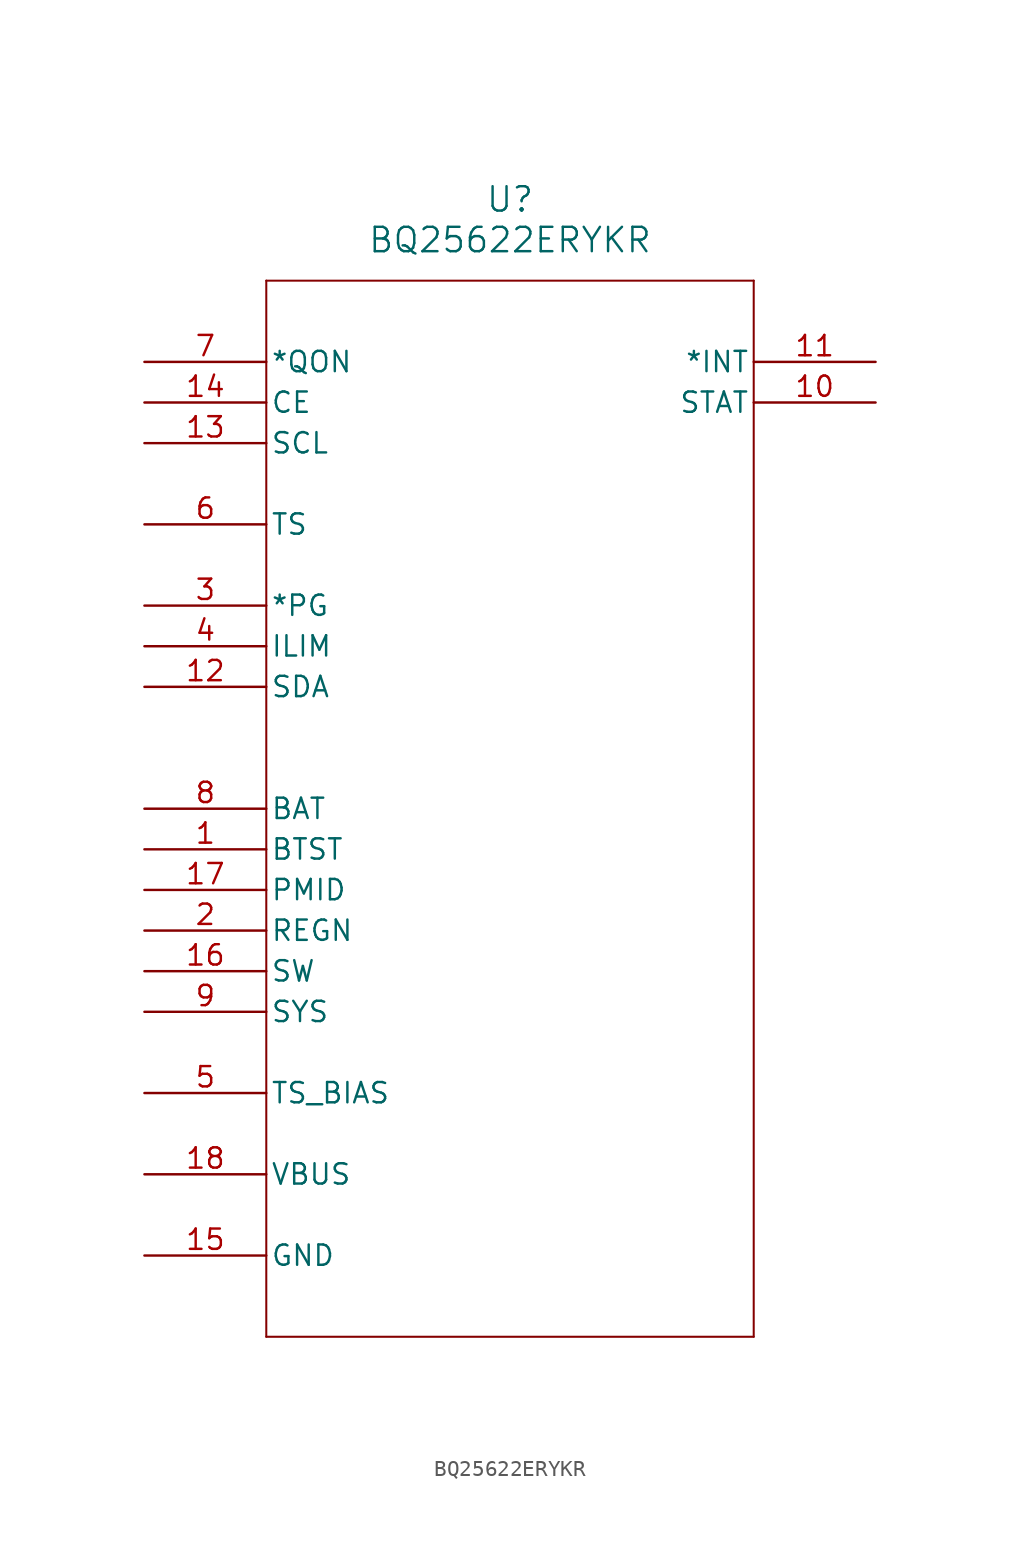
<source format=kicad_sym>
(kicad_symbol_lib
  (version 20211014)
  (generator kicad_symbol_editor)
  (symbol "BQ25622ERYKR"
    (pin_names
      (offset 0.254))
    (property "Reference" "U"
      (at 22.86 10.16 0)
      (effects (font (size 1.524 1.524))))
    (property "Value" "BQ25622ERYKR"
      (at 22.86 7.62 0)
      (effects (font (size 1.524 1.524))))
    (polyline
      (pts (xy 7.62 5.08) (xy 7.62 -60.96))
      (stroke (width 0.127) (type default) (color 0 0 0 0))
      (fill (type none)))
    (polyline
      (pts (xy 7.62 -60.96) (xy 38.1 -60.96))
      (stroke (width 0.127) (type default) (color 0 0 0 0))
      (fill (type none)))
    (polyline
      (pts (xy 38.1 -60.96) (xy 38.1 5.08))
      (stroke (width 0.127) (type default) (color 0 0 0 0))
      (fill (type none)))
    (polyline
      (pts (xy 38.1 5.08) (xy 7.62 5.08))
      (stroke (width 0.127) (type default) (color 0 0 0 0))
      (fill (type none)))
    (pin power_in line
      (at 0 -30.48 0)
      (length 7.62)
      (name "BTST" (effects (font (size 1.27 1.27))))
      (number "1" (effects (font (size 1.27 1.27)))))
    (pin power_in line
      (at 0 -35.56 0)
      (length 7.62)
      (name "REGN" (effects (font (size 1.27 1.27))))
      (number "2" (effects (font (size 1.27 1.27)))))
    (pin unspecified line
      (at 0 -15.24 0)
      (length 7.62)
      (name "*PG" (effects (font (size 1.27 1.27))))
      (number "3" (effects (font (size 1.27 1.27)))))
    (pin bidirectional line
      (at 0 -17.78 0)
      (length 7.62)
      (name "ILIM" (effects (font (size 1.27 1.27))))
      (number "4" (effects (font (size 1.27 1.27)))))
    (pin power_in line
      (at 0 -45.72 0)
      (length 7.62)
      (name "TS_BIAS" (effects (font (size 1.27 1.27))))
      (number "5" (effects (font (size 1.27 1.27)))))
    (pin input line
      (at 0 -10.16 0)
      (length 7.62)
      (name "TS" (effects (font (size 1.27 1.27))))
      (number "6" (effects (font (size 1.27 1.27)))))
    (pin input line
      (at 0 0 0)
      (length 7.62)
      (name "*QON" (effects (font (size 1.27 1.27))))
      (number "7" (effects (font (size 1.27 1.27)))))
    (pin power_in line
      (at 0 -27.94 0)
      (length 7.62)
      (name "BAT" (effects (font (size 1.27 1.27))))
      (number "8" (effects (font (size 1.27 1.27)))))
    (pin power_in line
      (at 0 -40.64 0)
      (length 7.62)
      (name "SYS" (effects (font (size 1.27 1.27))))
      (number "9" (effects (font (size 1.27 1.27)))))
    (pin output line
      (at 45.72 -2.54 180)
      (length 7.62)
      (name "STAT" (effects (font (size 1.27 1.27))))
      (number "10" (effects (font (size 1.27 1.27)))))
    (pin output line
      (at 45.72 0 180)
      (length 7.62)
      (name "*INT" (effects (font (size 1.27 1.27))))
      (number "11" (effects (font (size 1.27 1.27)))))
    (pin bidirectional line
      (at 0 -20.32 0)
      (length 7.62)
      (name "SDA" (effects (font (size 1.27 1.27))))
      (number "12" (effects (font (size 1.27 1.27)))))
    (pin input line
      (at 0 -5.08 0)
      (length 7.62)
      (name "SCL" (effects (font (size 1.27 1.27))))
      (number "13" (effects (font (size 1.27 1.27)))))
    (pin input line
      (at 0 -2.54 0)
      (length 7.62)
      (name "CE" (effects (font (size 1.27 1.27))))
      (number "14" (effects (font (size 1.27 1.27)))))
    (pin power_out line
      (at 0 -55.88 0)
      (length 7.62)
      (name "GND" (effects (font (size 1.27 1.27))))
      (number "15" (effects (font (size 1.27 1.27)))))
    (pin power_in line
      (at 0 -38.1 0)
      (length 7.62)
      (name "SW" (effects (font (size 1.27 1.27))))
      (number "16" (effects (font (size 1.27 1.27)))))
    (pin power_in line
      (at 0 -33.02 0)
      (length 7.62)
      (name "PMID" (effects (font (size 1.27 1.27))))
      (number "17" (effects (font (size 1.27 1.27)))))
    (pin power_in line
      (at 0 -50.8 0)
      (length 7.62)
      (name "VBUS" (effects (font (size 1.27 1.27))))
      (number "18" (effects (font (size 1.27 1.27)))))))
</source>
